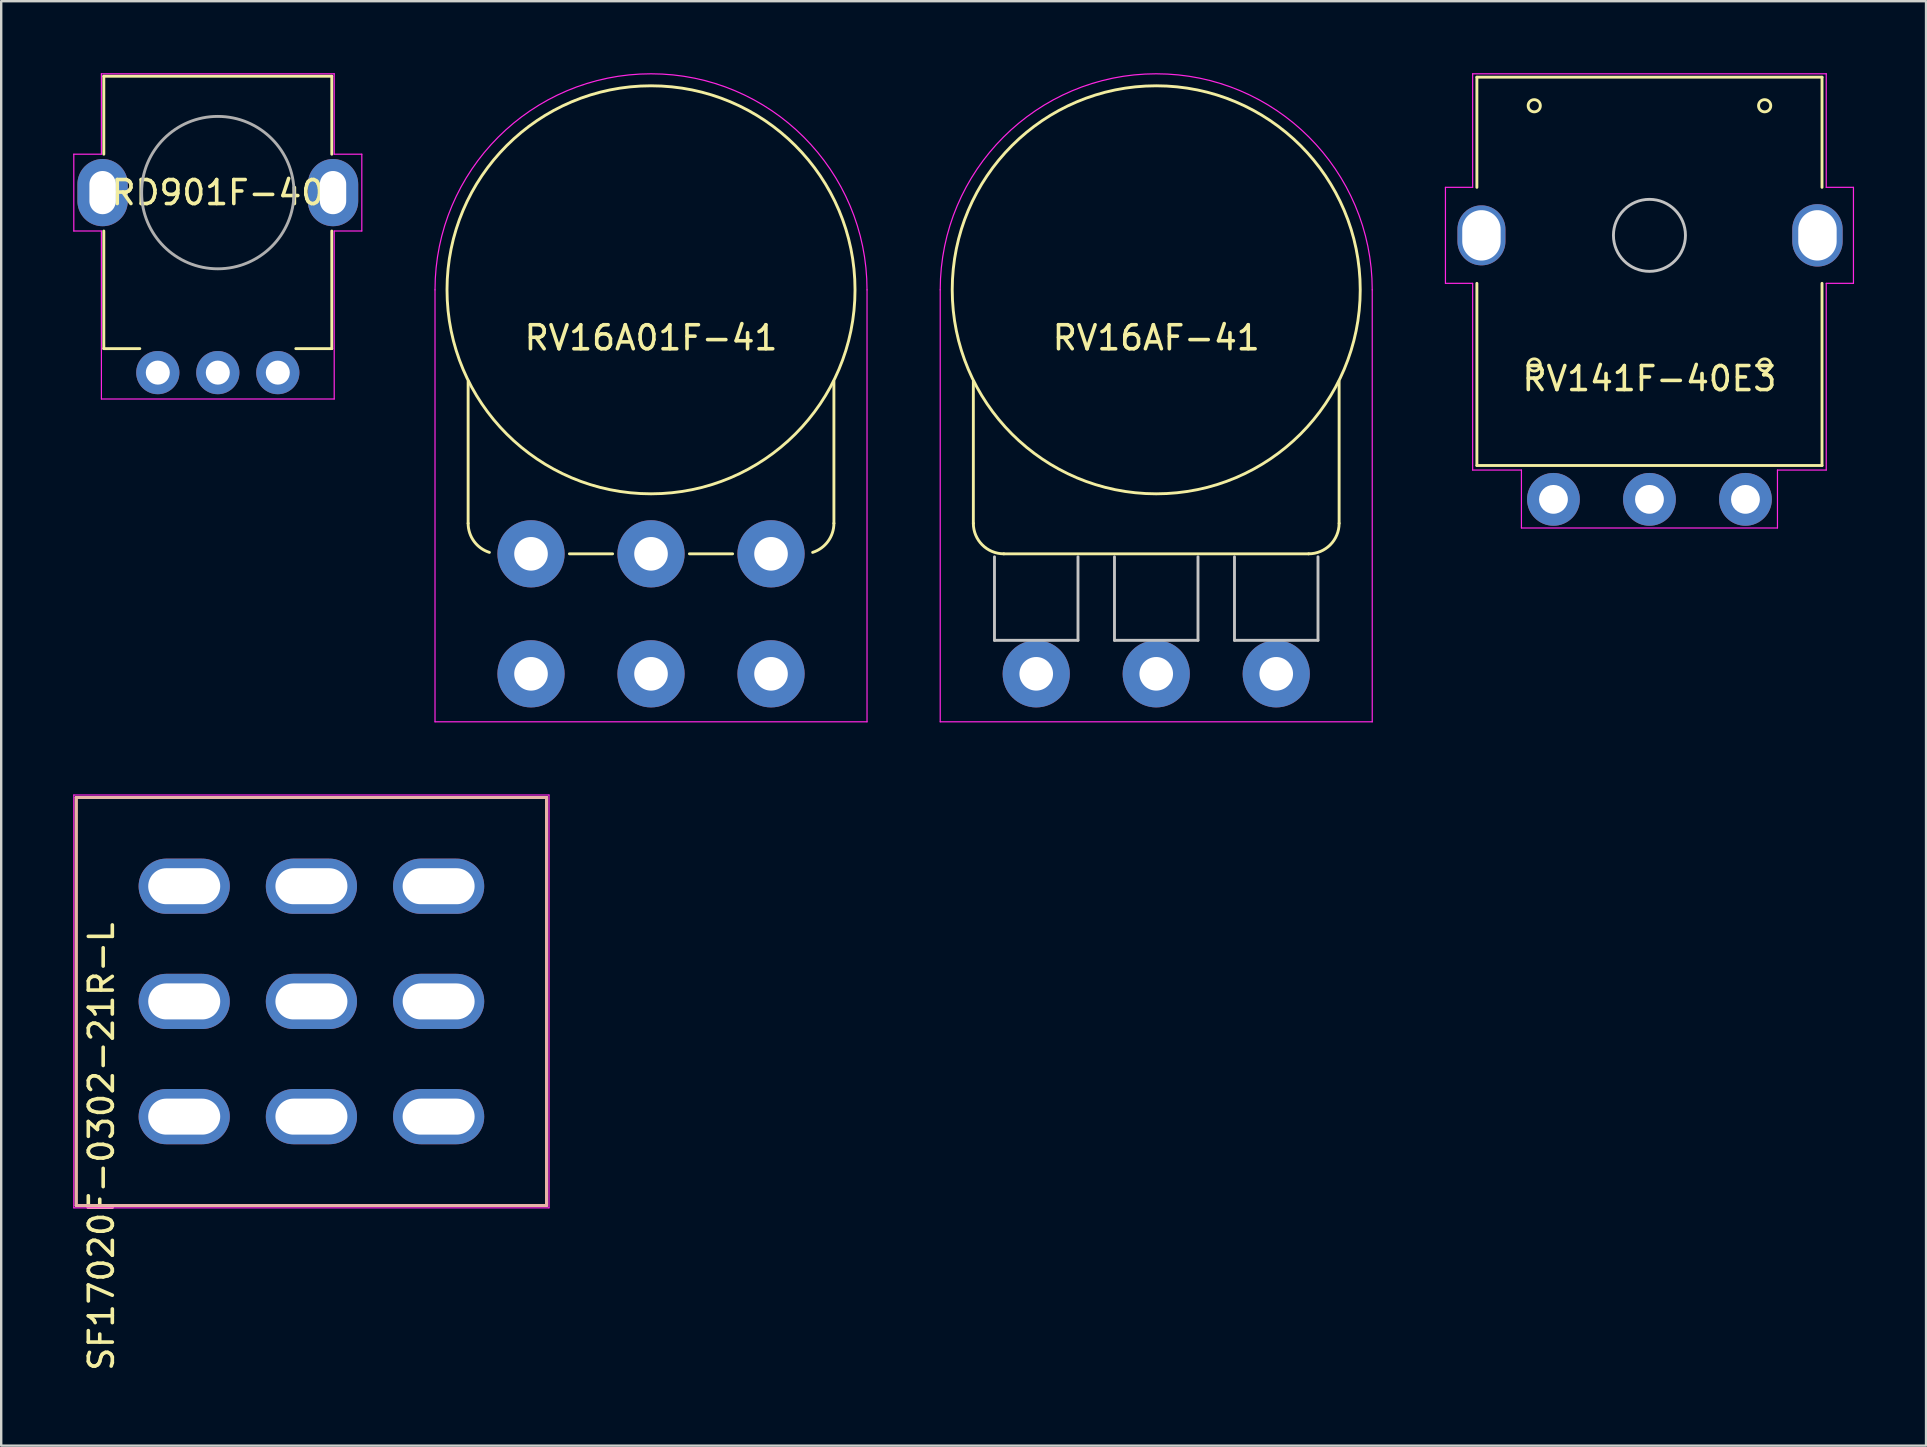
<source format=kicad_pcb>
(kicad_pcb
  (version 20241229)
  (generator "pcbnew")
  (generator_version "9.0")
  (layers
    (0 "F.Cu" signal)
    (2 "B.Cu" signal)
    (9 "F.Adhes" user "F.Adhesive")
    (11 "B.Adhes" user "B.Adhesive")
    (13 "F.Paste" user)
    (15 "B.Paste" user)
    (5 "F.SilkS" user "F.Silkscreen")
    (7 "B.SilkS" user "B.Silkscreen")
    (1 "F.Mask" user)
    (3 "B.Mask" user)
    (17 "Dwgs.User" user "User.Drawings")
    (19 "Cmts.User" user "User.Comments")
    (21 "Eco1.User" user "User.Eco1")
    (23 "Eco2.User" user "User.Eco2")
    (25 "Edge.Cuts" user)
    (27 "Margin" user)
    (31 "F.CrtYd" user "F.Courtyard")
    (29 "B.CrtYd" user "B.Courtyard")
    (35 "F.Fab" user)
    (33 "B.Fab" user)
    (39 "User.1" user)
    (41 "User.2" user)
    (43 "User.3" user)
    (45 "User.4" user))
  (footprint "RD901F-40"
    (layer "F.Cu")
    (at 6.025 4.975)
    (property "Reference" "RD901F-40" (at 0 0 0) (layer "F.SilkS") (effects (font (size 1 1) (thickness 0.15))))
    (attr through_hole)
    (fp_line (start -4.75 -4.85) (end -4.75 -1.6) (stroke (width 0.12) (type solid)) (layer "F.SilkS"))
    (fp_line (start -4.75 -4.85) (end 4.75 -4.85) (stroke (width 0.12) (type solid)) (layer "F.SilkS"))
    (fp_line (start -4.75 1.6) (end -4.75 6.5) (stroke (width 0.12) (type solid)) (layer "F.SilkS"))
    (fp_line (start -4.75 6.5) (end -3.25 6.5) (stroke (width 0.12) (type solid)) (layer "F.SilkS"))
    (fp_line (start 4.75 -4.85) (end 4.75 -1.6) (stroke (width 0.12) (type solid)) (layer "F.SilkS"))
    (fp_line (start 4.75 1.6) (end 4.75 6.5) (stroke (width 0.12) (type solid)) (layer "F.SilkS"))
    (fp_line (start 4.75 6.5) (end 3.25 6.5) (stroke (width 0.12) (type solid)) (layer "F.SilkS"))
    (fp_line (start -6 -1.6) (end -6 1.6) (stroke (width 0.05) (type solid)) (layer "F.CrtYd"))
    (fp_line (start -6 -1.6) (end -4.85 -1.6) (stroke (width 0.05) (type solid)) (layer "F.CrtYd"))
    (fp_line (start -6 1.6) (end -4.85 1.6) (stroke (width 0.05) (type solid)) (layer "F.CrtYd"))
    (fp_line (start -4.85 -4.95) (end 4.85 -4.95) (stroke (width 0.05) (type solid)) (layer "F.CrtYd"))
    (fp_line (start -4.85 -1.6) (end -4.85 -4.95) (stroke (width 0.05) (type solid)) (layer "F.CrtYd"))
    (fp_line (start -4.85 8.6) (end -4.85 1.6) (stroke (width 0.05) (type solid)) (layer "F.CrtYd"))
    (fp_line (start 4.85 -4.95) (end 4.85 -1.6) (stroke (width 0.05) (type solid)) (layer "F.CrtYd"))
    (fp_line (start 4.85 -1.6) (end 6 -1.6) (stroke (width 0.05) (type solid)) (layer "F.CrtYd"))
    (fp_line (start 4.85 1.6) (end 4.85 8.6) (stroke (width 0.05) (type solid)) (layer "F.CrtYd"))
    (fp_line (start 4.85 8.6) (end -4.85 8.6) (stroke (width 0.05) (type solid)) (layer "F.CrtYd"))
    (fp_line (start 6 -1.6) (end 6 1.6) (stroke (width 0.05) (type solid)) (layer "F.CrtYd"))
    (fp_line (start 6 1.6) (end 4.85 1.6) (stroke (width 0.05) (type solid)) (layer "F.CrtYd"))
    (fp_circle (center 0 0) (end 3.175 0) (stroke (width 0.12) (type solid)) (fill no) (layer "F.Fab"))
    (pad "" thru_hole oval (at -4.8 0) (size 2.1 2.8) (drill oval 1.1 1.8) (layers "*.Cu" "*.Mask"))
    (pad "" thru_hole oval (at 4.8 0) (size 2.1 2.8) (drill oval 1.1 1.8) (layers "*.Cu" "*.Mask"))
    (pad "1" thru_hole oval (at -2.5 7.5) (size 1.8 1.8) (drill 1) (layers "*.Cu" "*.Mask"))
    (pad "2" thru_hole circle (at 0 7.5) (size 1.8 1.8) (drill 1) (layers "*.Cu" "*.Mask"))
    (pad "3" thru_hole circle (at 2.5 7.5) (size 1.8 1.8) (drill 1) (layers "*.Cu" "*.Mask")))
  (footprint "RV16A01F-41"
    (layer "F.Cu")
    (at 24.075 9.025)
    (property "Reference" "RV16A01F-41" (at 0 2 0) (layer "F.SilkS") (effects (font (size 1 1) (thickness 0.15))))
    (attr through_hole)
    (fp_line (start -7.62 9.73) (end -7.62 3.81) (stroke (width 0.12) (type solid)) (layer "F.SilkS"))
    (fp_line (start -3.4 11) (end -1.6 11) (stroke (width 0.12) (type solid)) (layer "F.SilkS"))
    (fp_line (start 3.4 11) (end 1.6 11) (stroke (width 0.12) (type solid)) (layer "F.SilkS"))
    (fp_line (start 7.62 9.73) (end 7.62 3.81) (stroke (width 0.12) (type solid)) (layer "F.SilkS"))
    (fp_arc (start -6.733876 10.940595) (mid -7.374798 10.480126) (end -7.62 9.73) (stroke (width 0.12) (type solid)) (layer "F.SilkS"))
    (fp_arc (start 7.62 9.73) (mid 7.374808 10.480112) (end 6.733908 10.940584) (stroke (width 0.12) (type solid)) (layer "F.SilkS"))
    (fp_circle (center 0 0) (end 8.5 0) (stroke (width 0.12) (type solid)) (fill no) (layer "F.SilkS"))
    (fp_line (start -9 18) (end -9 0) (stroke (width 0.05) (type solid)) (layer "F.CrtYd"))
    (fp_line (start 9 18) (end -9 18) (stroke (width 0.05) (type solid)) (layer "F.CrtYd"))
    (fp_line (start 9 18) (end 9 0) (stroke (width 0.05) (type solid)) (layer "F.CrtYd"))
    (fp_arc (start -9 0) (mid 0 -9) (end 9 0) (stroke (width 0.05) (type solid)) (layer "F.CrtYd"))
    (pad "1" thru_hole circle (at -5 16) (size 2.8 2.8) (drill 1.4) (layers "*.Cu" "*.Mask"))
    (pad "2" thru_hole circle (at 0 16) (size 2.8 2.8) (drill 1.4) (layers "*.Cu" "*.Mask"))
    (pad "3" thru_hole circle (at 5 16) (size 2.8 2.8) (drill 1.4) (layers "*.Cu" "*.Mask"))
    (pad "4" thru_hole circle (at -5 11) (size 2.8 2.8) (drill 1.4) (layers "*.Cu" "*.Mask"))
    (pad "5" thru_hole circle (at 0 11) (size 2.8 2.8) (drill 1.4) (layers "*.Cu" "*.Mask"))
    (pad "6" thru_hole circle (at 5 11) (size 2.8 2.8) (drill 1.4) (layers "*.Cu" "*.Mask")))
  (footprint "RV141F-40E3"
    (layer "F.Cu")
    (at 65.675 6.756)
    (property "Reference" "RV141F-40E3" (at 0 5.969 0) (layer "F.SilkS") (effects (font (size 1 1) (thickness 0.15))))
    (attr through_hole)
    (fp_line (start -7.19 -6.59) (end -7.19 -2) (stroke (width 0.12) (type solid)) (layer "F.SilkS"))
    (fp_line (start -7.19 -6.59) (end 7.19 -6.59) (stroke (width 0.12) (type solid)) (layer "F.SilkS"))
    (fp_line (start -7.19 2) (end -7.19 9.59) (stroke (width 0.12) (type solid)) (layer "F.SilkS"))
    (fp_line (start -7.19 9.59) (end 7.19 9.59) (stroke (width 0.12) (type solid)) (layer "F.SilkS"))
    (fp_line (start 7.19 -6.59) (end 7.19 -2) (stroke (width 0.12) (type solid)) (layer "F.SilkS"))
    (fp_line (start 7.19 2) (end 7.19 9.59) (stroke (width 0.12) (type solid)) (layer "F.SilkS"))
    (fp_circle (center -4.8 -5.4) (end -4.546 -5.4) (stroke (width 0.12) (type solid)) (fill no) (layer "F.SilkS"))
    (fp_circle (center -4.8 5.4) (end -4.546 5.4) (stroke (width 0.12) (type solid)) (fill no) (layer "F.SilkS"))
    (fp_circle (center 4.8 -5.4) (end 5.054 -5.4) (stroke (width 0.12) (type solid)) (fill no) (layer "F.SilkS"))
    (fp_circle (center 4.8 5.4) (end 5.054 5.4) (stroke (width 0.12) (type solid)) (fill no) (layer "F.SilkS"))
    (fp_circle (center 0 0) (end 1.5 0) (stroke (width 0.12) (type solid)) (fill no) (layer "Dwgs.User"))
    (fp_line (start -8.5 -2) (end -8.5 2) (stroke (width 0.05) (type solid)) (layer "F.CrtYd"))
    (fp_line (start -8.5 2) (end -7.366 2) (stroke (width 0.05) (type solid)) (layer "F.CrtYd"))
    (fp_line (start -7.366 -6.731) (end 7.366 -6.731) (stroke (width 0.05) (type solid)) (layer "F.CrtYd"))
    (fp_line (start -7.366 -2) (end -8.5 -2) (stroke (width 0.05) (type solid)) (layer "F.CrtYd"))
    (fp_line (start -7.366 -2) (end -7.366 -6.731) (stroke (width 0.05) (type solid)) (layer "F.CrtYd"))
    (fp_line (start -7.366 9.779) (end -7.366 2) (stroke (width 0.05) (type solid)) (layer "F.CrtYd"))
    (fp_line (start -5.334 9.779) (end -7.366 9.779) (stroke (width 0.05) (type solid)) (layer "F.CrtYd"))
    (fp_line (start -5.334 12.192) (end -5.334 9.779) (stroke (width 0.05) (type solid)) (layer "F.CrtYd"))
    (fp_line (start 5.334 9.779) (end 5.334 12.192) (stroke (width 0.05) (type solid)) (layer "F.CrtYd"))
    (fp_line (start 5.334 12.192) (end -5.334 12.192) (stroke (width 0.05) (type solid)) (layer "F.CrtYd"))
    (fp_line (start 7.366 -6.731) (end 7.366 -2) (stroke (width 0.05) (type solid)) (layer "F.CrtYd"))
    (fp_line (start 7.366 -2) (end 8.5 -2) (stroke (width 0.05) (type solid)) (layer "F.CrtYd"))
    (fp_line (start 7.366 2) (end 7.366 9.779) (stroke (width 0.05) (type solid)) (layer "F.CrtYd"))
    (fp_line (start 7.366 9.779) (end 5.334 9.779) (stroke (width 0.05) (type solid)) (layer "F.CrtYd"))
    (fp_line (start 8.5 -2) (end 8.5 2) (stroke (width 0.05) (type solid)) (layer "F.CrtYd"))
    (fp_line (start 8.5 2) (end 7.366 2) (stroke (width 0.05) (type solid)) (layer "F.CrtYd"))
    (pad "" thru_hole oval (at -7 0) (size 2 2.5) (drill oval 1.6 2.1) (layers "*.Cu" "*.Mask"))
    (pad "" thru_hole oval (at 7 0) (size 2.1 2.6) (drill oval 1.6 2.1) (layers "*.Cu" "*.Mask"))
    (pad "1" thru_hole circle (at -4 11) (size 2.2 2.2) (drill 1.2) (layers "*.Cu" "*.Mask"))
    (pad "2" thru_hole circle (at 0 11) (size 2.2 2.2) (drill 1.2) (layers "*.Cu" "*.Mask"))
    (pad "3" thru_hole circle (at 4 11) (size 2.2 2.2) (drill 1.2) (layers "*.Cu" "*.Mask")))
  (footprint "RV16AF-41"
    (layer "F.Cu")
    (at 45.125 9.025)
    (property "Reference" "RV16AF-41" (at 0 2 0) (layer "F.SilkS") (effects (font (size 1 1) (thickness 0.15))))
    (attr through_hole)
    (fp_line (start -7.62 9.73) (end -7.62 3.81) (stroke (width 0.12) (type solid)) (layer "F.SilkS"))
    (fp_line (start -6.35 11) (end 6.35 11) (stroke (width 0.12) (type solid)) (layer "F.SilkS"))
    (fp_line (start 7.62 9.73) (end 7.62 3.81) (stroke (width 0.12) (type solid)) (layer "F.SilkS"))
    (fp_arc (start -6.35 11) (mid -7.248026 10.628026) (end -7.62 9.73) (stroke (width 0.12) (type solid)) (layer "F.SilkS"))
    (fp_arc (start 7.62 9.73) (mid 7.248026 10.628026) (end 6.35 11) (stroke (width 0.12) (type solid)) (layer "F.SilkS"))
    (fp_circle (center 0 0) (end 8.5 0) (stroke (width 0.12) (type solid)) (fill no) (layer "F.SilkS"))
    (fp_line (start -6.74 14.605) (end -6.74 11.125) (stroke (width 0.12) (type solid)) (layer "Dwgs.User"))
    (fp_line (start -6.74 14.605) (end -3.26 14.605) (stroke (width 0.12) (type solid)) (layer "Dwgs.User"))
    (fp_line (start -3.26 14.605) (end -3.26 11.125) (stroke (width 0.12) (type solid)) (layer "Dwgs.User"))
    (fp_line (start -1.74 14.605) (end -1.74 11.125) (stroke (width 0.12) (type solid)) (layer "Dwgs.User"))
    (fp_line (start -1.74 14.605) (end 1.74 14.605) (stroke (width 0.12) (type solid)) (layer "Dwgs.User"))
    (fp_line (start 1.74 14.605) (end 1.74 11.125) (stroke (width 0.12) (type solid)) (layer "Dwgs.User"))
    (fp_line (start 3.26 14.605) (end 3.26 11.125) (stroke (width 0.12) (type solid)) (layer "Dwgs.User"))
    (fp_line (start 6.74 14.605) (end 3.26 14.605) (stroke (width 0.12) (type solid)) (layer "Dwgs.User"))
    (fp_line (start 6.74 14.605) (end 6.74 11.125) (stroke (width 0.12) (type solid)) (layer "Dwgs.User"))
    (fp_line (start -9 0) (end -9 18) (stroke (width 0.05) (type solid)) (layer "F.CrtYd"))
    (fp_line (start -9 18) (end 9 18) (stroke (width 0.05) (type solid)) (layer "F.CrtYd"))
    (fp_line (start 9 18) (end 9 0) (stroke (width 0.05) (type solid)) (layer "F.CrtYd"))
    (fp_arc (start -9 0) (mid 0 -9) (end 9 0) (stroke (width 0.05) (type solid)) (layer "F.CrtYd"))
    (pad "1" thru_hole circle (at -5 16) (size 2.8 2.8) (drill 1.4) (layers "*.Cu" "*.Mask"))
    (pad "2" thru_hole circle (at 0 16) (size 2.8 2.8) (drill 1.4) (layers "*.Cu" "*.Mask"))
    (pad "3" thru_hole circle (at 5 16) (size 2.8 2.8) (drill 1.4) (layers "*.Cu" "*.Mask")))
  (footprint "SF17020F-0302-21R-L"
    (layer "F.Cu")
    (at 9.925 38.675)
    (property "Reference" "SF17020F-0302-21R-L" (at -8.75 6.05 90) (layer "F.SilkS") (effects (font (size 1 1) (thickness 0.15))))
    (attr through_hole)
    (fp_line (start -9.8 -8.5) (end -9.8 8.5) (stroke (width 0.12) (type solid)) (layer "F.SilkS"))
    (fp_line (start -9.8 -8.5) (end 9.8 -8.5) (stroke (width 0.12) (type solid)) (layer "F.SilkS"))
    (fp_line (start -9.8 8.5) (end 9.8 8.5) (stroke (width 0.12) (type solid)) (layer "F.SilkS"))
    (fp_line (start 9.8 8.5) (end 9.8 -8.5) (stroke (width 0.12) (type solid)) (layer "F.SilkS"))
    (fp_line (start -9.8 -8.5) (end -9.8 8.5) (stroke (width 0.12) (type solid)) (layer "B.SilkS"))
    (fp_line (start -9.8 -8.5) (end 9.8 -8.5) (stroke (width 0.12) (type solid)) (layer "B.SilkS"))
    (fp_line (start -9.8 8.5) (end 9.8 8.5) (stroke (width 0.12) (type solid)) (layer "B.SilkS"))
    (fp_line (start 9.8 8.5) (end 9.8 -8.5) (stroke (width 0.12) (type solid)) (layer "B.SilkS"))
    (fp_line (start -9.9 -8.6) (end 9.9 -8.6) (stroke (width 0.05) (type solid)) (layer "F.CrtYd"))
    (fp_line (start -9.9 8.6) (end -9.9 -8.6) (stroke (width 0.05) (type solid)) (layer "F.CrtYd"))
    (fp_line (start -9.9 8.6) (end 9.9 8.6) (stroke (width 0.05) (type solid)) (layer "F.CrtYd"))
    (fp_line (start 9.9 -8.6) (end 9.9 8.6) (stroke (width 0.05) (type solid)) (layer "F.CrtYd"))
    (pad "1" thru_hole oval (at -5.3 -4.8) (size 3.8 2.3) (drill oval 3 1.5) (layers "*.Cu" "*.Mask"))
    (pad "2" thru_hole oval (at -5.3 0) (size 3.8 2.3) (drill oval 3 1.5) (layers "*.Cu" "*.Mask"))
    (pad "3" thru_hole oval (at -5.3 4.8) (size 3.8 2.3) (drill oval 3 1.5) (layers "*.Cu" "*.Mask"))
    (pad "4" thru_hole oval (at 0 -4.8) (size 3.8 2.3) (drill oval 3 1.5) (layers "*.Cu" "*.Mask"))
    (pad "5" thru_hole oval (at 0 0) (size 3.8 2.3) (drill oval 3 1.5) (layers "*.Cu" "*.Mask"))
    (pad "6" thru_hole oval (at 0 4.8) (size 3.8 2.3) (drill oval 3 1.5) (layers "*.Cu" "*.Mask"))
    (pad "7" thru_hole oval (at 5.3 -4.8) (size 3.8 2.3) (drill oval 3 1.5) (layers "*.Cu" "*.Mask"))
    (pad "8" thru_hole oval (at 5.3 0) (size 3.8 2.3) (drill oval 3 1.5) (layers "*.Cu" "*.Mask"))
    (pad "9" thru_hole oval (at 5.3 4.8) (size 3.8 2.3) (drill oval 3 1.5) (layers "*.Cu" "*.Mask")))
  (gr_rect
    (start -3 -3)
    (end 77.2 57.183)
    (stroke (width 0.1) (type default))
    (fill no)
    (layer "Edge.Cuts")))
</source>
